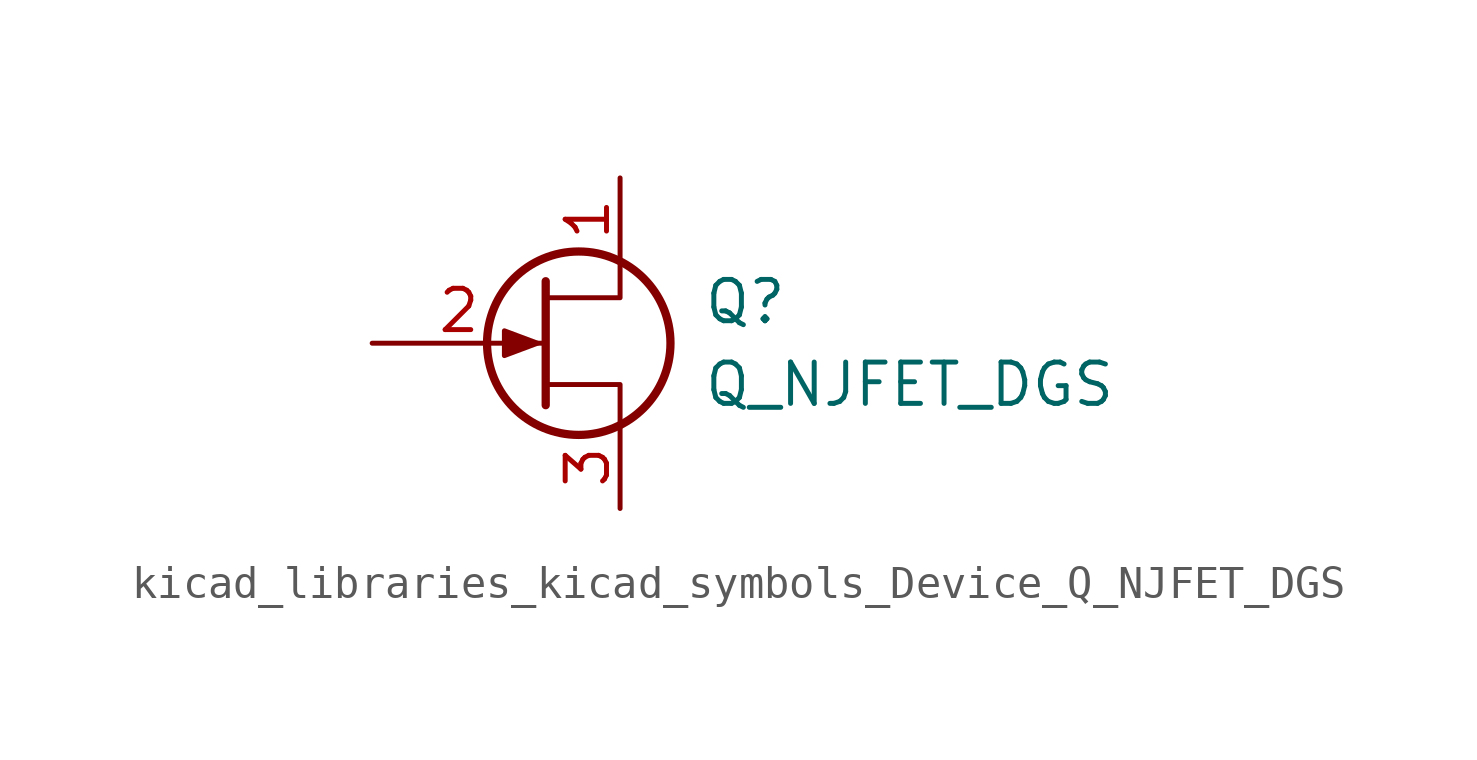
<source format=kicad_sym>
(kicad_symbol_lib
  (version 20220914)
  (generator kicad_symbol_editor)
  (symbol "kicad_libraries_kicad_symbols_Device_Q_NJFET_DGS"
    (pin_names
      (offset 0) hide)
    (property "Reference" "Q"
      (at 5.08 1.27 0)
      (effects (font (size 1.27 1.27)) (justify left)))
    (property "Value" "Q_NJFET_DGS"
      (at 5.08 -1.27 0)
      (effects (font (size 1.27 1.27)) (justify left)))
    (symbol "kicad_libraries_kicad_symbols_Device_Q_NJFET_DGS_0_1"
      (polyline (pts (xy 0.254 1.905) (xy 0.254 -1.905) (xy 0.254 -1.905)) (stroke (width 0.254) (type default)) (fill (type none)))
      (polyline (pts (xy 2.54 -2.54) (xy 2.54 -1.27) (xy 0.254 -1.27)) (stroke (width 0) (type default)) (fill (type none)))
      (polyline (pts (xy 2.54 2.54) (xy 2.54 1.397) (xy 0.254 1.397)) (stroke (width 0) (type default)) (fill (type none)))
      (polyline (pts (xy 0 0) (xy -1.016 0.381) (xy -1.016 -0.381) (xy 0 0)) (stroke (width 0) (type default)) (fill (type outline)))
      (circle (center 1.27 0) (radius 2.819) (stroke (width 0.254) (type default)) (fill (type none))))
    (symbol "kicad_libraries_kicad_symbols_Device_Q_NJFET_DGS_1_1"
      (pin passive line (at 2.54 5.08 270) (length 2.54) (name "D" (effects (font (size 1.27 1.27)))) (number "1" (effects (font (size 1.27 1.27)))))
      (pin input line (at -5.08 0 0) (length 5.334) (name "G" (effects (font (size 1.27 1.27)))) (number "2" (effects (font (size 1.27 1.27)))))
      (pin passive line (at 2.54 -5.08 90) (length 2.54) (name "S" (effects (font (size 1.27 1.27)))) (number "3" (effects (font (size 1.27 1.27))))))))
</source>
